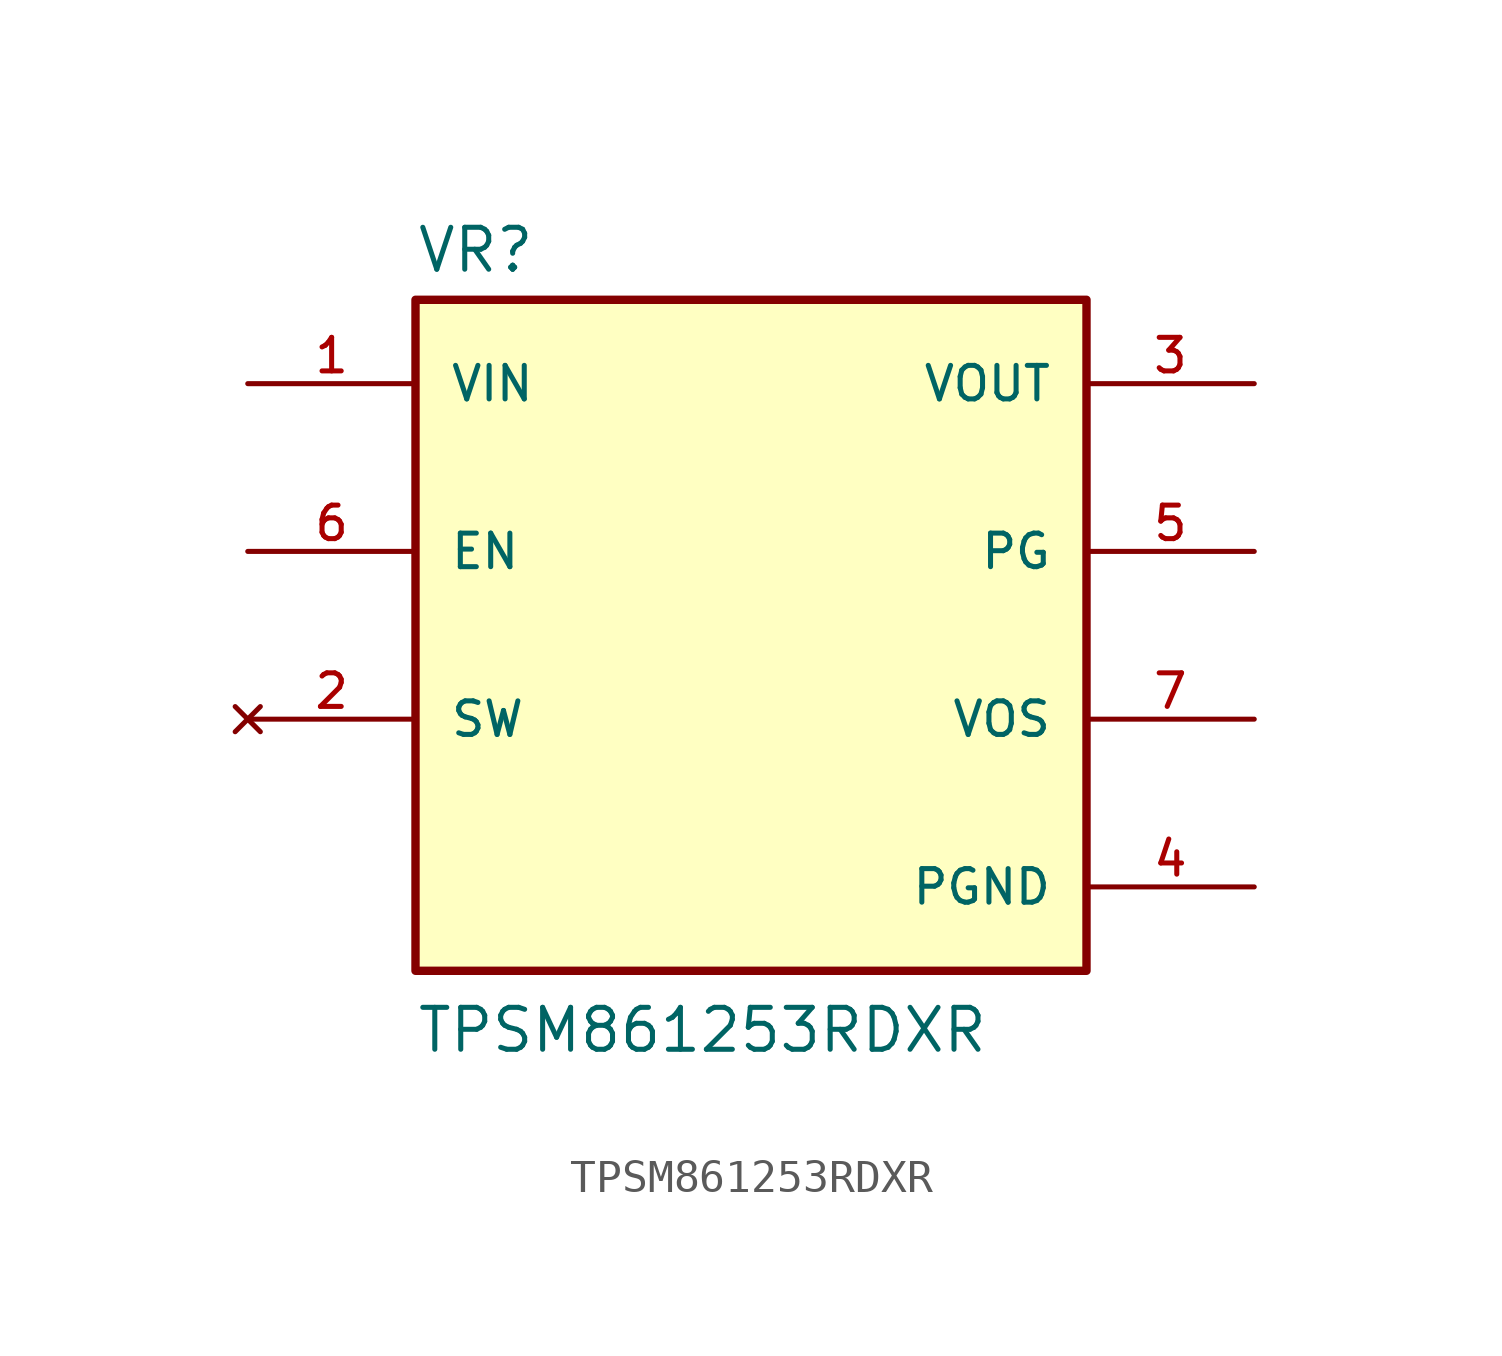
<source format=kicad_sym>
(kicad_symbol_lib
  (version 20231120)
  (generator "kicad_symbol_editor")
  (generator_version "8.0")
  (symbol "TPSM861253RDXR"
    (pin_names
      (offset 1.016))
    (property "Reference" "VR"
      (at -10.16 10.922 0)
      (effects (font (size 1.27 1.27)) (justify left bottom)))
    (property "Value" "TPSM861253RDXR"
      (at -10.16 -12.7 0)
      (effects (font (size 1.27 1.27)) (justify left bottom)))
    (symbol "TPSM861253RDXR_0_0"
      (rectangle (start -10.16 -10.16) (end 10.16 10.16) (stroke (width 0.254) (type default)) (fill (type background)))
      (pin power_in line (at -15.24 7.62 0) (length 5.08) (name "VIN" (effects (font (size 1.016 1.016)))) (number "1" (effects (font (size 1.016 1.016)))))
      (pin no_connect line (at -15.24 -2.54 0) (length 5.08) (name "SW" (effects (font (size 1.016 1.016)))) (number "2" (effects (font (size 1.016 1.016)))))
      (pin power_out line (at 15.24 7.62 180) (length 5.08) (name "VOUT" (effects (font (size 1.016 1.016)))) (number "3" (effects (font (size 1.016 1.016)))))
      (pin power_in line (at 15.24 -7.62 180) (length 5.08) (name "PGND" (effects (font (size 1.016 1.016)))) (number "4" (effects (font (size 1.016 1.016)))))
      (pin output line (at 15.24 2.54 180) (length 5.08) (name "PG" (effects (font (size 1.016 1.016)))) (number "5" (effects (font (size 1.016 1.016)))))
      (pin input line (at -15.24 2.54 0) (length 5.08) (name "EN" (effects (font (size 1.016 1.016)))) (number "6" (effects (font (size 1.016 1.016)))))
      (pin input line (at 15.24 -2.54 180) (length 5.08) (name "VOS" (effects (font (size 1.016 1.016)))) (number "7" (effects (font (size 1.016 1.016))))))))
</source>
